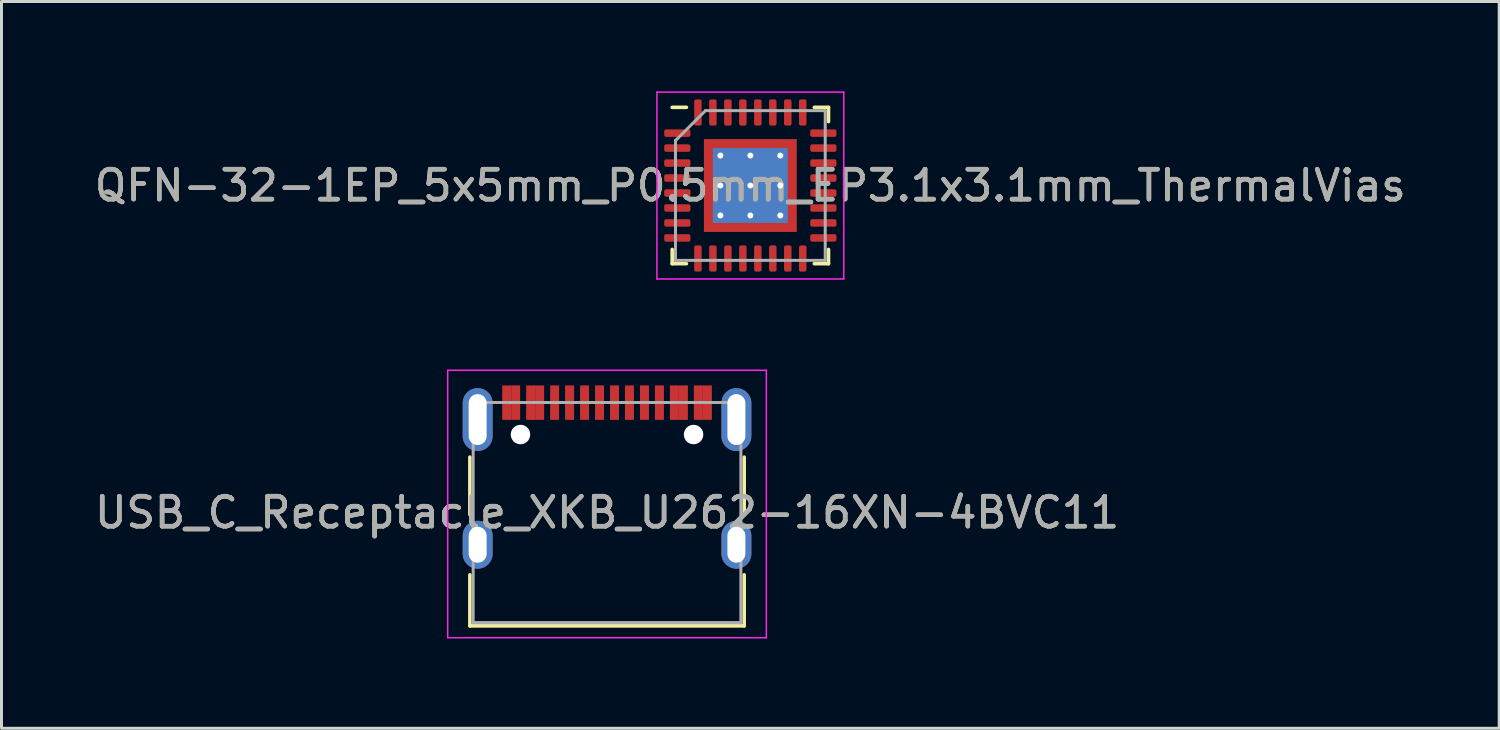
<source format=kicad_pcb>
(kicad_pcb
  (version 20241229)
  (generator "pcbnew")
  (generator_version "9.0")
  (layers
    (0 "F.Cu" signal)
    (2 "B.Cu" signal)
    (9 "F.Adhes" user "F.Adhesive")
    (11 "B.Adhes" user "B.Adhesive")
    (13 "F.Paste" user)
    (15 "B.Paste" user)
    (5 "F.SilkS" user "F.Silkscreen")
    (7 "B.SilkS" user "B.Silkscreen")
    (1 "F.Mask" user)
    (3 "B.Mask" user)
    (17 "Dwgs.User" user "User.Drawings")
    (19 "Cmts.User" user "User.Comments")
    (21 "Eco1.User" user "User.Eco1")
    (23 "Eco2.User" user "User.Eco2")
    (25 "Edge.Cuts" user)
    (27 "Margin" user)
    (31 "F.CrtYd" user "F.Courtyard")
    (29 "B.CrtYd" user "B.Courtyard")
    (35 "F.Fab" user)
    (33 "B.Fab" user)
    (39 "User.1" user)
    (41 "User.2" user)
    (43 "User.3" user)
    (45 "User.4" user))
  (footprint "USB_C_Receptacle_XKB_U262-16XN-4BVC11"
    (layer "F.Cu")
    (at 17.22 14.065)
    (property "Reference" "USB_C_Receptacle_XKB_U262-16XN-4BVC11" (at 0 0 0) (layer "F.SilkS") (effects (font (size 1 1) (thickness 0.15))))
    (attr smd)
    (fp_line (start -4.58 -1.85) (end -4.58 0.07) (stroke (width 0.12) (type solid)) (layer "F.SilkS"))
    (fp_line (start -4.58 3.785) (end -4.58 2.08) (stroke (width 0.12) (type solid)) (layer "F.SilkS"))
    (fp_line (start 4.58 0.07) (end 4.58 -1.85) (stroke (width 0.12) (type solid)) (layer "F.SilkS"))
    (fp_line (start 4.58 2.08) (end 4.58 3.785) (stroke (width 0.12) (type solid)) (layer "F.SilkS"))
    (fp_line (start 4.58 3.785) (end -4.58 3.785) (stroke (width 0.12) (type solid)) (layer "F.SilkS"))
    (fp_line (start -5.32 -4.75) (end 5.32 -4.75) (stroke (width 0.05) (type solid)) (layer "F.CrtYd"))
    (fp_line (start -5.32 4.18) (end -5.32 -4.75) (stroke (width 0.05) (type solid)) (layer "F.CrtYd"))
    (fp_line (start 5.32 -4.75) (end 5.32 4.18) (stroke (width 0.05) (type solid)) (layer "F.CrtYd"))
    (fp_line (start 5.32 4.18) (end -5.32 4.18) (stroke (width 0.05) (type solid)) (layer "F.CrtYd"))
    (fp_line (start -4.47 -3.675) (end -4.47 3.675) (stroke (width 0.1) (type solid)) (layer "F.Fab"))
    (fp_line (start -4.47 -3.675) (end 4.47 -3.675) (stroke (width 0.1) (type solid)) (layer "F.Fab"))
    (fp_line (start -4.47 3.675) (end 4.47 3.675) (stroke (width 0.1) (type solid)) (layer "F.Fab"))
    (fp_line (start 4.47 3.675) (end 4.47 -3.675) (stroke (width 0.1) (type solid)) (layer "F.Fab"))
    (fp_text user "${REFERENCE}" (at 0 0 0) (layer "F.Fab") (effects (font (size 1 1) (thickness 0.15))))
    (pad "" np_thru_hole circle (at -2.89 -2.605) (size 0.65 0.65) (drill 0.65) (layers "*.Cu" "*.Mask"))
    (pad "" np_thru_hole circle (at 2.89 -2.605) (size 0.65 0.65) (drill 0.65) (layers "*.Cu" "*.Mask"))
    (pad "A1" smd rect (at -3.35 -3.67) (size 0.3 1.15) (layers "F.Cu" "F.Mask" "F.Paste"))
    (pad "A4" smd rect (at -2.55 -3.67) (size 0.3 1.15) (layers "F.Cu" "F.Mask" "F.Paste"))
    (pad "A5" smd rect (at -1.25 -3.67) (size 0.3 1.15) (layers "F.Cu" "F.Mask" "F.Paste"))
    (pad "A6" smd rect (at -0.25 -3.67) (size 0.3 1.15) (layers "F.Cu" "F.Mask" "F.Paste"))
    (pad "A7" smd rect (at 0.25 -3.67) (size 0.3 1.15) (layers "F.Cu" "F.Mask" "F.Paste"))
    (pad "A8" smd rect (at 1.25 -3.67) (size 0.3 1.15) (layers "F.Cu" "F.Mask" "F.Paste"))
    (pad "A9" smd rect (at 2.55 -3.67) (size 0.3 1.15) (layers "F.Cu" "F.Mask" "F.Paste"))
    (pad "A12" smd rect (at 3.35 -3.67) (size 0.3 1.15) (layers "F.Cu" "F.Mask" "F.Paste"))
    (pad "B1" smd rect (at 3.05 -3.67) (size 0.3 1.15) (layers "F.Cu" "F.Mask" "F.Paste"))
    (pad "B4" smd rect (at 2.25 -3.67) (size 0.3 1.15) (layers "F.Cu" "F.Mask" "F.Paste"))
    (pad "B5" smd rect (at 1.75 -3.67) (size 0.3 1.15) (layers "F.Cu" "F.Mask" "F.Paste"))
    (pad "B6" smd rect (at 0.75 -3.67) (size 0.3 1.15) (layers "F.Cu" "F.Mask" "F.Paste"))
    (pad "B7" smd rect (at -0.75 -3.67) (size 0.3 1.15) (layers "F.Cu" "F.Mask" "F.Paste"))
    (pad "B8" smd rect (at -1.75 -3.67) (size 0.3 1.15) (layers "F.Cu" "F.Mask" "F.Paste"))
    (pad "B9" smd rect (at -2.25 -3.67) (size 0.3 1.15) (layers "F.Cu" "F.Mask" "F.Paste"))
    (pad "B12" smd rect (at -3.05 -3.67) (size 0.3 1.15) (layers "F.Cu" "F.Mask" "F.Paste"))
    (pad "S1" thru_hole oval (at -4.32 -3.105) (size 1 2.1) (drill oval 0.6 1.7) (layers "*.Cu" "*.Mask"))
    (pad "S1" thru_hole oval (at -4.32 1.075) (size 1 1.6) (drill oval 0.6 1.2) (layers "*.Cu" "*.Mask"))
    (pad "S1" thru_hole oval (at 4.32 -3.105) (size 1 2.1) (drill oval 0.6 1.7) (layers "*.Cu" "*.Mask"))
    (pad "S1" thru_hole oval (at 4.32 1.075) (size 1 1.6) (drill oval 0.6 1.2) (layers "*.Cu" "*.Mask")))
  (footprint "QFN-32-1EP_5x5mm_P0.5mm_EP3.1x3.1mm_ThermalVias"
    (layer "F.Cu")
    (at 22.006 3.145)
    (property "Reference" "QFN-32-1EP_5x5mm_P0.5mm_EP3.1x3.1mm_ThermalVias" (at 0 0 0) (layer "F.SilkS") (effects (font (size 1 1) (thickness 0.15))))
    (attr smd)
    (fp_line (start -2.61 2.61) (end -2.61 2.135) (stroke (width 0.12) (type solid)) (layer "F.SilkS"))
    (fp_line (start -2.135 -2.61) (end -2.61 -2.61) (stroke (width 0.12) (type solid)) (layer "F.SilkS"))
    (fp_line (start -2.135 2.61) (end -2.61 2.61) (stroke (width 0.12) (type solid)) (layer "F.SilkS"))
    (fp_line (start 2.135 -2.61) (end 2.61 -2.61) (stroke (width 0.12) (type solid)) (layer "F.SilkS"))
    (fp_line (start 2.135 2.61) (end 2.61 2.61) (stroke (width 0.12) (type solid)) (layer "F.SilkS"))
    (fp_line (start 2.61 -2.61) (end 2.61 -2.135) (stroke (width 0.12) (type solid)) (layer "F.SilkS"))
    (fp_line (start 2.61 2.61) (end 2.61 2.135) (stroke (width 0.12) (type solid)) (layer "F.SilkS"))
    (fp_line (start -3.12 -3.12) (end -3.12 3.12) (stroke (width 0.05) (type solid)) (layer "F.CrtYd"))
    (fp_line (start -3.12 3.12) (end 3.12 3.12) (stroke (width 0.05) (type solid)) (layer "F.CrtYd"))
    (fp_line (start 3.12 -3.12) (end -3.12 -3.12) (stroke (width 0.05) (type solid)) (layer "F.CrtYd"))
    (fp_line (start 3.12 3.12) (end 3.12 -3.12) (stroke (width 0.05) (type solid)) (layer "F.CrtYd"))
    (fp_line (start -2.5 -1.5) (end -1.5 -2.5) (stroke (width 0.1) (type solid)) (layer "F.Fab"))
    (fp_line (start -2.5 2.5) (end -2.5 -1.5) (stroke (width 0.1) (type solid)) (layer "F.Fab"))
    (fp_line (start -1.5 -2.5) (end 2.5 -2.5) (stroke (width 0.1) (type solid)) (layer "F.Fab"))
    (fp_line (start 2.5 -2.5) (end 2.5 2.5) (stroke (width 0.1) (type solid)) (layer "F.Fab"))
    (fp_line (start 2.5 2.5) (end -2.5 2.5) (stroke (width 0.1) (type solid)) (layer "F.Fab"))
    (fp_text user "${REFERENCE}" (at 0 0 0) (layer "F.Fab") (effects (font (size 1 1) (thickness 0.15))))
    (pad "" smd custom (at -1.275 -1.275) (size 0.319 0.319) (layers "F.Paste") (options (anchor circle)) (primitives (gr_poly (pts (xy -0.111 -0.111) (xy 0.111 -0.111) (xy 0.111 -0.000473) (xy -0.000473 0.111) (xy -0.111 0.111)) (width 0.222) (fill yes))))
    (pad "" smd custom (at -1.275 -0.5) (size 0.35 0.35) (layers "F.Paste") (options (anchor circle)) (primitives (gr_poly (pts (xy -0.128 -0.309) (xy 0.05 -0.309) (xy 0.128 -0.232) (xy 0.128 0.232) (xy 0.05 0.309) (xy -0.128 0.309)) (width 0.188) (fill yes))))
    (pad "" smd custom (at -1.275 0.5) (size 0.35 0.35) (layers "F.Paste") (options (anchor circle)) (primitives (gr_poly (pts (xy -0.128 -0.309) (xy 0.05 -0.309) (xy 0.128 -0.232) (xy 0.128 0.232) (xy 0.05 0.309) (xy -0.128 0.309)) (width 0.188) (fill yes))))
    (pad "" smd custom (at -1.275 1.275) (size 0.319 0.319) (layers "F.Paste") (options (anchor circle)) (primitives (gr_poly (pts (xy -0.111 -0.111) (xy -0.000473 -0.111) (xy 0.111 0.000473) (xy 0.111 0.111) (xy -0.111 0.111)) (width 0.222) (fill yes))))
    (pad "" smd custom (at -0.5 -1.275) (size 0.35 0.35) (layers "F.Paste") (options (anchor circle)) (primitives (gr_poly (pts (xy -0.309 -0.128) (xy 0.309 -0.128) (xy 0.309 0.05) (xy 0.232 0.128) (xy -0.232 0.128) (xy -0.309 0.05)) (width 0.188) (fill yes))))
    (pad "" smd roundrect (at -0.5 -0.5) (size 0.806 0.806) (layers "F.Paste") (roundrect_rratio 0.25))
    (pad "" smd roundrect (at -0.5 0.5) (size 0.806 0.806) (layers "F.Paste") (roundrect_rratio 0.25))
    (pad "" smd custom (at -0.5 1.275) (size 0.35 0.35) (layers "F.Paste") (options (anchor circle)) (primitives (gr_poly (pts (xy -0.309 -0.05) (xy -0.232 -0.128) (xy 0.232 -0.128) (xy 0.309 -0.05) (xy 0.309 0.128) (xy -0.309 0.128)) (width 0.188) (fill yes))))
    (pad "" smd custom (at 0.5 -1.275) (size 0.35 0.35) (layers "F.Paste") (options (anchor circle)) (primitives (gr_poly (pts (xy -0.309 -0.128) (xy 0.309 -0.128) (xy 0.309 0.05) (xy 0.232 0.128) (xy -0.232 0.128) (xy -0.309 0.05)) (width 0.188) (fill yes))))
    (pad "" smd roundrect (at 0.5 -0.5) (size 0.806 0.806) (layers "F.Paste") (roundrect_rratio 0.25))
    (pad "" smd roundrect (at 0.5 0.5) (size 0.806 0.806) (layers "F.Paste") (roundrect_rratio 0.25))
    (pad "" smd custom (at 0.5 1.275) (size 0.35 0.35) (layers "F.Paste") (options (anchor circle)) (primitives (gr_poly (pts (xy -0.309 -0.05) (xy -0.232 -0.128) (xy 0.232 -0.128) (xy 0.309 -0.05) (xy 0.309 0.128) (xy -0.309 0.128)) (width 0.188) (fill yes))))
    (pad "" smd custom (at 1.275 -1.275) (size 0.319 0.319) (layers "F.Paste") (options (anchor circle)) (primitives (gr_poly (pts (xy -0.111 -0.111) (xy 0.111 -0.111) (xy 0.111 0.111) (xy 0.000473 0.111) (xy -0.111 -0.000473)) (width 0.222) (fill yes))))
    (pad "" smd custom (at 1.275 -0.5) (size 0.35 0.35) (layers "F.Paste") (options (anchor circle)) (primitives (gr_poly (pts (xy -0.128 -0.232) (xy -0.05 -0.309) (xy 0.128 -0.309) (xy 0.128 0.309) (xy -0.05 0.309) (xy -0.128 0.232)) (width 0.188) (fill yes))))
    (pad "" smd custom (at 1.275 0.5) (size 0.35 0.35) (layers "F.Paste") (options (anchor circle)) (primitives (gr_poly (pts (xy -0.128 -0.232) (xy -0.05 -0.309) (xy 0.128 -0.309) (xy 0.128 0.309) (xy -0.05 0.309) (xy -0.128 0.232)) (width 0.188) (fill yes))))
    (pad "" smd custom (at 1.275 1.275) (size 0.319 0.319) (layers "F.Paste") (options (anchor circle)) (primitives (gr_poly (pts (xy -0.111 0.000473) (xy 0.000473 -0.111) (xy 0.111 -0.111) (xy 0.111 0.111) (xy -0.111 0.111)) (width 0.222) (fill yes))))
    (pad "1" smd roundrect (at -2.438 -1.75) (size 0.875 0.25) (layers "F.Cu" "F.Mask" "F.Paste") (roundrect_rratio 0.25))
    (pad "2" smd roundrect (at -2.438 -1.25) (size 0.875 0.25) (layers "F.Cu" "F.Mask" "F.Paste") (roundrect_rratio 0.25))
    (pad "3" smd roundrect (at -2.438 -0.75) (size 0.875 0.25) (layers "F.Cu" "F.Mask" "F.Paste") (roundrect_rratio 0.25))
    (pad "4" smd roundrect (at -2.438 -0.25) (size 0.875 0.25) (layers "F.Cu" "F.Mask" "F.Paste") (roundrect_rratio 0.25))
    (pad "5" smd roundrect (at -2.438 0.25) (size 0.875 0.25) (layers "F.Cu" "F.Mask" "F.Paste") (roundrect_rratio 0.25))
    (pad "6" smd roundrect (at -2.438 0.75) (size 0.875 0.25) (layers "F.Cu" "F.Mask" "F.Paste") (roundrect_rratio 0.25))
    (pad "7" smd roundrect (at -2.438 1.25) (size 0.875 0.25) (layers "F.Cu" "F.Mask" "F.Paste") (roundrect_rratio 0.25))
    (pad "8" smd roundrect (at -2.438 1.75) (size 0.875 0.25) (layers "F.Cu" "F.Mask" "F.Paste") (roundrect_rratio 0.25))
    (pad "9" smd roundrect (at -1.75 2.438) (size 0.25 0.875) (layers "F.Cu" "F.Mask" "F.Paste") (roundrect_rratio 0.25))
    (pad "10" smd roundrect (at -1.25 2.438) (size 0.25 0.875) (layers "F.Cu" "F.Mask" "F.Paste") (roundrect_rratio 0.25))
    (pad "11" smd roundrect (at -0.75 2.438) (size 0.25 0.875) (layers "F.Cu" "F.Mask" "F.Paste") (roundrect_rratio 0.25))
    (pad "12" smd roundrect (at -0.25 2.438) (size 0.25 0.875) (layers "F.Cu" "F.Mask" "F.Paste") (roundrect_rratio 0.25))
    (pad "13" smd roundrect (at 0.25 2.438) (size 0.25 0.875) (layers "F.Cu" "F.Mask" "F.Paste") (roundrect_rratio 0.25))
    (pad "14" smd roundrect (at 0.75 2.438) (size 0.25 0.875) (layers "F.Cu" "F.Mask" "F.Paste") (roundrect_rratio 0.25))
    (pad "15" smd roundrect (at 1.25 2.438) (size 0.25 0.875) (layers "F.Cu" "F.Mask" "F.Paste") (roundrect_rratio 0.25))
    (pad "16" smd roundrect (at 1.75 2.438) (size 0.25 0.875) (layers "F.Cu" "F.Mask" "F.Paste") (roundrect_rratio 0.25))
    (pad "17" smd roundrect (at 2.438 1.75) (size 0.875 0.25) (layers "F.Cu" "F.Mask" "F.Paste") (roundrect_rratio 0.25))
    (pad "18" smd roundrect (at 2.438 1.25) (size 0.875 0.25) (layers "F.Cu" "F.Mask" "F.Paste") (roundrect_rratio 0.25))
    (pad "19" smd roundrect (at 2.438 0.75) (size 0.875 0.25) (layers "F.Cu" "F.Mask" "F.Paste") (roundrect_rratio 0.25))
    (pad "20" smd roundrect (at 2.438 0.25) (size 0.875 0.25) (layers "F.Cu" "F.Mask" "F.Paste") (roundrect_rratio 0.25))
    (pad "21" smd roundrect (at 2.438 -0.25) (size 0.875 0.25) (layers "F.Cu" "F.Mask" "F.Paste") (roundrect_rratio 0.25))
    (pad "22" smd roundrect (at 2.438 -0.75) (size 0.875 0.25) (layers "F.Cu" "F.Mask" "F.Paste") (roundrect_rratio 0.25))
    (pad "23" smd roundrect (at 2.438 -1.25) (size 0.875 0.25) (layers "F.Cu" "F.Mask" "F.Paste") (roundrect_rratio 0.25))
    (pad "24" smd roundrect (at 2.438 -1.75) (size 0.875 0.25) (layers "F.Cu" "F.Mask" "F.Paste") (roundrect_rratio 0.25))
    (pad "25" smd roundrect (at 1.75 -2.438) (size 0.25 0.875) (layers "F.Cu" "F.Mask" "F.Paste") (roundrect_rratio 0.25))
    (pad "26" smd roundrect (at 1.25 -2.438) (size 0.25 0.875) (layers "F.Cu" "F.Mask" "F.Paste") (roundrect_rratio 0.25))
    (pad "27" smd roundrect (at 0.75 -2.438) (size 0.25 0.875) (layers "F.Cu" "F.Mask" "F.Paste") (roundrect_rratio 0.25))
    (pad "28" smd roundrect (at 0.25 -2.438) (size 0.25 0.875) (layers "F.Cu" "F.Mask" "F.Paste") (roundrect_rratio 0.25))
    (pad "29" smd roundrect (at -0.25 -2.438) (size 0.25 0.875) (layers "F.Cu" "F.Mask" "F.Paste") (roundrect_rratio 0.25))
    (pad "30" smd roundrect (at -0.75 -2.438) (size 0.25 0.875) (layers "F.Cu" "F.Mask" "F.Paste") (roundrect_rratio 0.25))
    (pad "31" smd roundrect (at -1.25 -2.438) (size 0.25 0.875) (layers "F.Cu" "F.Mask" "F.Paste") (roundrect_rratio 0.25))
    (pad "32" smd roundrect (at -1.75 -2.438) (size 0.25 0.875) (layers "F.Cu" "F.Mask" "F.Paste") (roundrect_rratio 0.25))
    (pad "33" thru_hole circle (at -1 -1) (size 0.5 0.5) (drill 0.2) (layers "*.Cu"))
    (pad "33" thru_hole circle (at -1 0) (size 0.5 0.5) (drill 0.2) (layers "*.Cu"))
    (pad "33" thru_hole circle (at -1 1) (size 0.5 0.5) (drill 0.2) (layers "*.Cu"))
    (pad "33" thru_hole circle (at 0 -1) (size 0.5 0.5) (drill 0.2) (layers "*.Cu"))
    (pad "33" thru_hole circle (at 0 0) (size 0.5 0.5) (drill 0.2) (layers "*.Cu"))
    (pad "33" smd rect (at 0 0) (size 2.5 2.5) (layers "B.Cu"))
    (pad "33" smd rect (at 0 0) (size 3.1 3.1) (layers "F.Cu" "F.Mask"))
    (pad "33" thru_hole circle (at 0 1) (size 0.5 0.5) (drill 0.2) (layers "*.Cu"))
    (pad "33" thru_hole circle (at 1 -1) (size 0.5 0.5) (drill 0.2) (layers "*.Cu"))
    (pad "33" thru_hole circle (at 1 0) (size 0.5 0.5) (drill 0.2) (layers "*.Cu"))
    (pad "33" thru_hole circle (at 1 1) (size 0.5 0.5) (drill 0.2) (layers "*.Cu")))
  (gr_rect
    (start -3 -3)
    (end 47.012 21.27)
    (stroke (width 0.1) (type default))
    (fill no)
    (layer "Edge.Cuts")))
</source>
